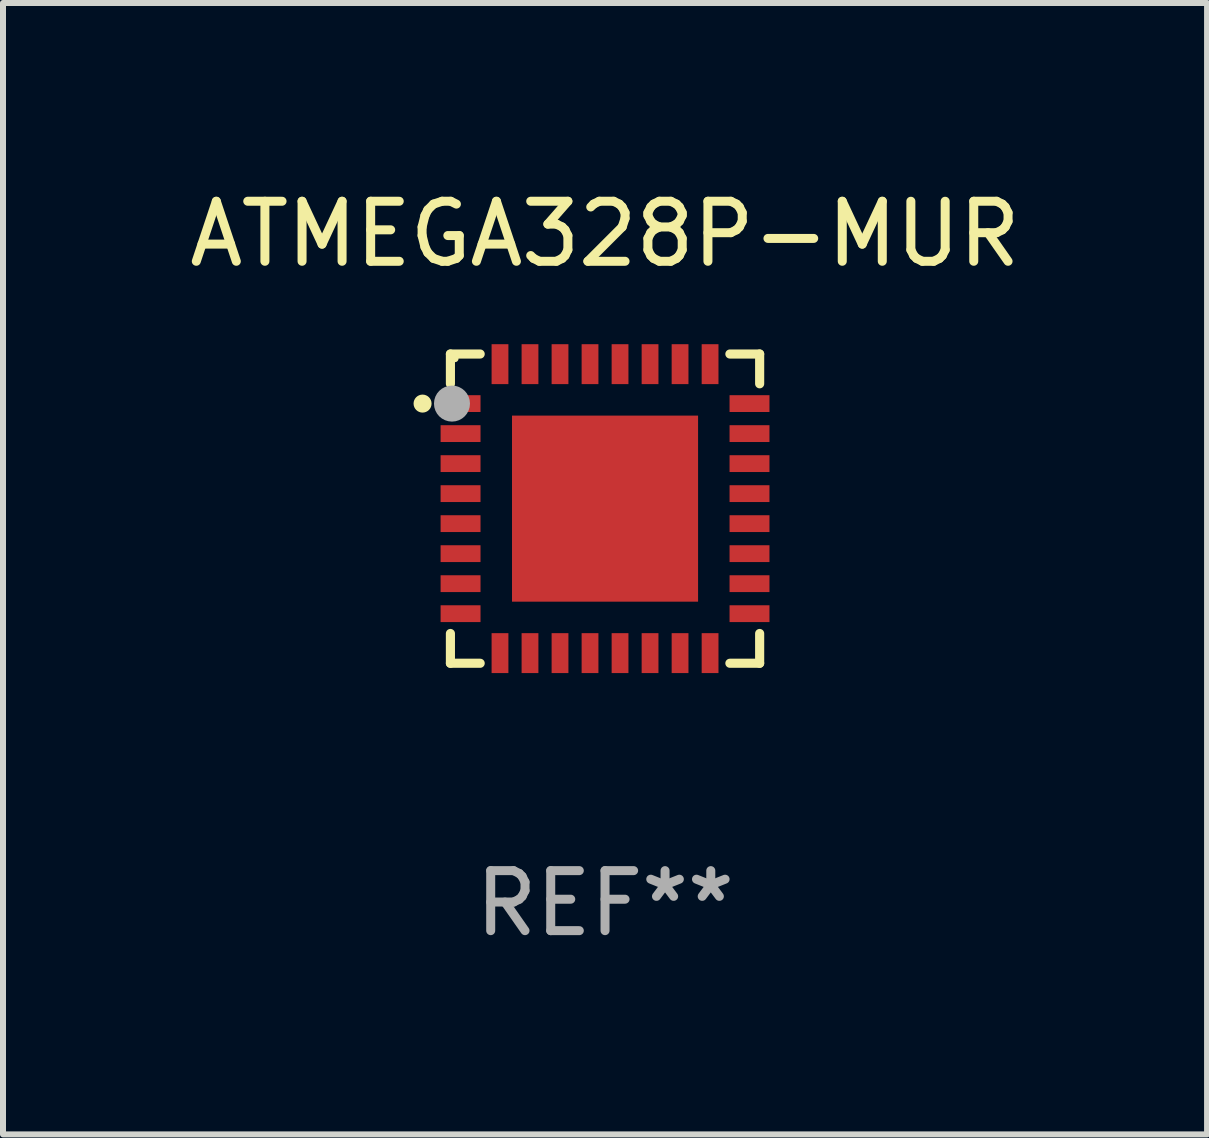
<source format=kicad_pcb>
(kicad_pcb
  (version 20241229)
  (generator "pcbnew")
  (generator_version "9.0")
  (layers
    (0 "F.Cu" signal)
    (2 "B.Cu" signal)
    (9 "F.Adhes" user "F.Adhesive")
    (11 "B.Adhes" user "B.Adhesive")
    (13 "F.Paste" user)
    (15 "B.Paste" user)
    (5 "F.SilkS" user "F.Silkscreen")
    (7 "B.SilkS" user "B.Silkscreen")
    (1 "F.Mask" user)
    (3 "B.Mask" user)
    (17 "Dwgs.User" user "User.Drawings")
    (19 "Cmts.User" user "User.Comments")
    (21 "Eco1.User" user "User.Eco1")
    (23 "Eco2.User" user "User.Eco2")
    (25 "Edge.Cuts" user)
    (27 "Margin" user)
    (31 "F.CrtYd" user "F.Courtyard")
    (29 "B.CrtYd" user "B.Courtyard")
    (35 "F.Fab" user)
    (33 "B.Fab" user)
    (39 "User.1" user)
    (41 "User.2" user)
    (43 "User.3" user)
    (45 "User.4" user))
  (footprint "ATMEGA328P-MUR"
    (layer "F.Cu")
    (at 7.03 5.424)
    (property "Reference" "ATMEGA328P-MUR" (at 0 -4.576 0) (layer "F.SilkS") (effects (font (size 1 1) (thickness 0.15))))
    (attr through_hole)
    (fp_line (start -2.576 -2.576) (end -2.576 -2.08) (stroke (width 0.152) (type solid)) (layer "F.SilkS"))
    (fp_line (start -2.576 2.576) (end -2.576 2.08) (stroke (width 0.152) (type solid)) (layer "F.SilkS"))
    (fp_line (start -2.08 -2.576) (end -2.576 -2.576) (stroke (width 0.152) (type solid)) (layer "F.SilkS"))
    (fp_line (start -2.08 2.576) (end -2.576 2.576) (stroke (width 0.152) (type solid)) (layer "F.SilkS"))
    (fp_line (start 2.08 -2.576) (end 2.576 -2.576) (stroke (width 0.152) (type solid)) (layer "F.SilkS"))
    (fp_line (start 2.08 2.576) (end 2.576 2.576) (stroke (width 0.152) (type solid)) (layer "F.SilkS"))
    (fp_line (start 2.576 -2.576) (end 2.576 -2.08) (stroke (width 0.152) (type solid)) (layer "F.SilkS"))
    (fp_line (start 2.576 2.576) (end 2.576 2.08) (stroke (width 0.152) (type solid)) (layer "F.SilkS"))
    (fp_circle (center -3.04 -1.75) (end -2.965 -1.75) (stroke (width 0.15) (type solid)) (fill no) (layer "F.SilkS"))
    (fp_circle (center -2.5 -2.5) (end -2.47 -2.5) (stroke (width 0.06) (type solid)) (fill no) (layer "F.SilkS"))
    (fp_circle (center -2.55 -1.75) (end -2.4 -1.75) (stroke (width 0.3) (type solid)) (fill no) (layer "F.Fab"))
    (fp_text user "REF**" (at 0 6.576 0) (layer "F.Fab") (effects (font (size 1 1) (thickness 0.15))))
    (pad "1" smd rect (at -2.407 -1.75) (size 0.665 0.28) (layers "F.Cu" "F.Mask" "F.Paste"))
    (pad "2" smd rect (at -2.407 -1.25) (size 0.665 0.28) (layers "F.Cu" "F.Mask" "F.Paste"))
    (pad "3" smd rect (at -2.407 -0.75) (size 0.665 0.28) (layers "F.Cu" "F.Mask" "F.Paste"))
    (pad "4" smd rect (at -2.407 -0.25) (size 0.665 0.28) (layers "F.Cu" "F.Mask" "F.Paste"))
    (pad "5" smd rect (at -2.407 0.25) (size 0.665 0.28) (layers "F.Cu" "F.Mask" "F.Paste"))
    (pad "6" smd rect (at -2.407 0.75) (size 0.665 0.28) (layers "F.Cu" "F.Mask" "F.Paste"))
    (pad "7" smd rect (at -2.407 1.25) (size 0.665 0.28) (layers "F.Cu" "F.Mask" "F.Paste"))
    (pad "8" smd rect (at -2.407 1.75) (size 0.665 0.28) (layers "F.Cu" "F.Mask" "F.Paste"))
    (pad "9" smd rect (at -1.75 2.407) (size 0.28 0.665) (layers "F.Cu" "F.Mask" "F.Paste"))
    (pad "10" smd rect (at -1.25 2.407) (size 0.28 0.665) (layers "F.Cu" "F.Mask" "F.Paste"))
    (pad "11" smd rect (at -0.75 2.407) (size 0.28 0.665) (layers "F.Cu" "F.Mask" "F.Paste"))
    (pad "12" smd rect (at -0.25 2.407) (size 0.28 0.665) (layers "F.Cu" "F.Mask" "F.Paste"))
    (pad "13" smd rect (at 0.25 2.407) (size 0.28 0.665) (layers "F.Cu" "F.Mask" "F.Paste"))
    (pad "14" smd rect (at 0.75 2.407) (size 0.28 0.665) (layers "F.Cu" "F.Mask" "F.Paste"))
    (pad "15" smd rect (at 1.25 2.407) (size 0.28 0.665) (layers "F.Cu" "F.Mask" "F.Paste"))
    (pad "16" smd rect (at 1.75 2.407) (size 0.28 0.665) (layers "F.Cu" "F.Mask" "F.Paste"))
    (pad "17" smd rect (at 2.407 1.75) (size 0.665 0.28) (layers "F.Cu" "F.Mask" "F.Paste"))
    (pad "18" smd rect (at 2.407 1.25) (size 0.665 0.28) (layers "F.Cu" "F.Mask" "F.Paste"))
    (pad "19" smd rect (at 2.407 0.75) (size 0.665 0.28) (layers "F.Cu" "F.Mask" "F.Paste"))
    (pad "20" smd rect (at 2.407 0.25) (size 0.665 0.28) (layers "F.Cu" "F.Mask" "F.Paste"))
    (pad "21" smd rect (at 2.407 -0.25) (size 0.665 0.28) (layers "F.Cu" "F.Mask" "F.Paste"))
    (pad "22" smd rect (at 2.407 -0.75) (size 0.665 0.28) (layers "F.Cu" "F.Mask" "F.Paste"))
    (pad "23" smd rect (at 2.407 -1.25) (size 0.665 0.28) (layers "F.Cu" "F.Mask" "F.Paste"))
    (pad "24" smd rect (at 2.407 -1.75) (size 0.665 0.28) (layers "F.Cu" "F.Mask" "F.Paste"))
    (pad "25" smd rect (at 1.75 -2.407) (size 0.28 0.665) (layers "F.Cu" "F.Mask" "F.Paste"))
    (pad "26" smd rect (at 1.25 -2.407) (size 0.28 0.665) (layers "F.Cu" "F.Mask" "F.Paste"))
    (pad "27" smd rect (at 0.75 -2.407) (size 0.28 0.665) (layers "F.Cu" "F.Mask" "F.Paste"))
    (pad "28" smd rect (at 0.25 -2.407) (size 0.28 0.665) (layers "F.Cu" "F.Mask" "F.Paste"))
    (pad "29" smd rect (at -0.25 -2.407) (size 0.28 0.665) (layers "F.Cu" "F.Mask" "F.Paste"))
    (pad "30" smd rect (at -0.75 -2.407) (size 0.28 0.665) (layers "F.Cu" "F.Mask" "F.Paste"))
    (pad "31" smd rect (at -1.25 -2.407) (size 0.28 0.665) (layers "F.Cu" "F.Mask" "F.Paste"))
    (pad "32" smd rect (at -1.75 -2.407) (size 0.28 0.665) (layers "F.Cu" "F.Mask" "F.Paste"))
    (pad "33" smd rect (at 0 0) (size 3.1 3.1) (layers "F.Cu" "F.Mask" "F.Paste")))
  (gr_rect
    (start -3 -3)
    (end 17.06 15.849)
    (stroke (width 0.1) (type default))
    (fill no)
    (layer "Edge.Cuts")))
</source>
